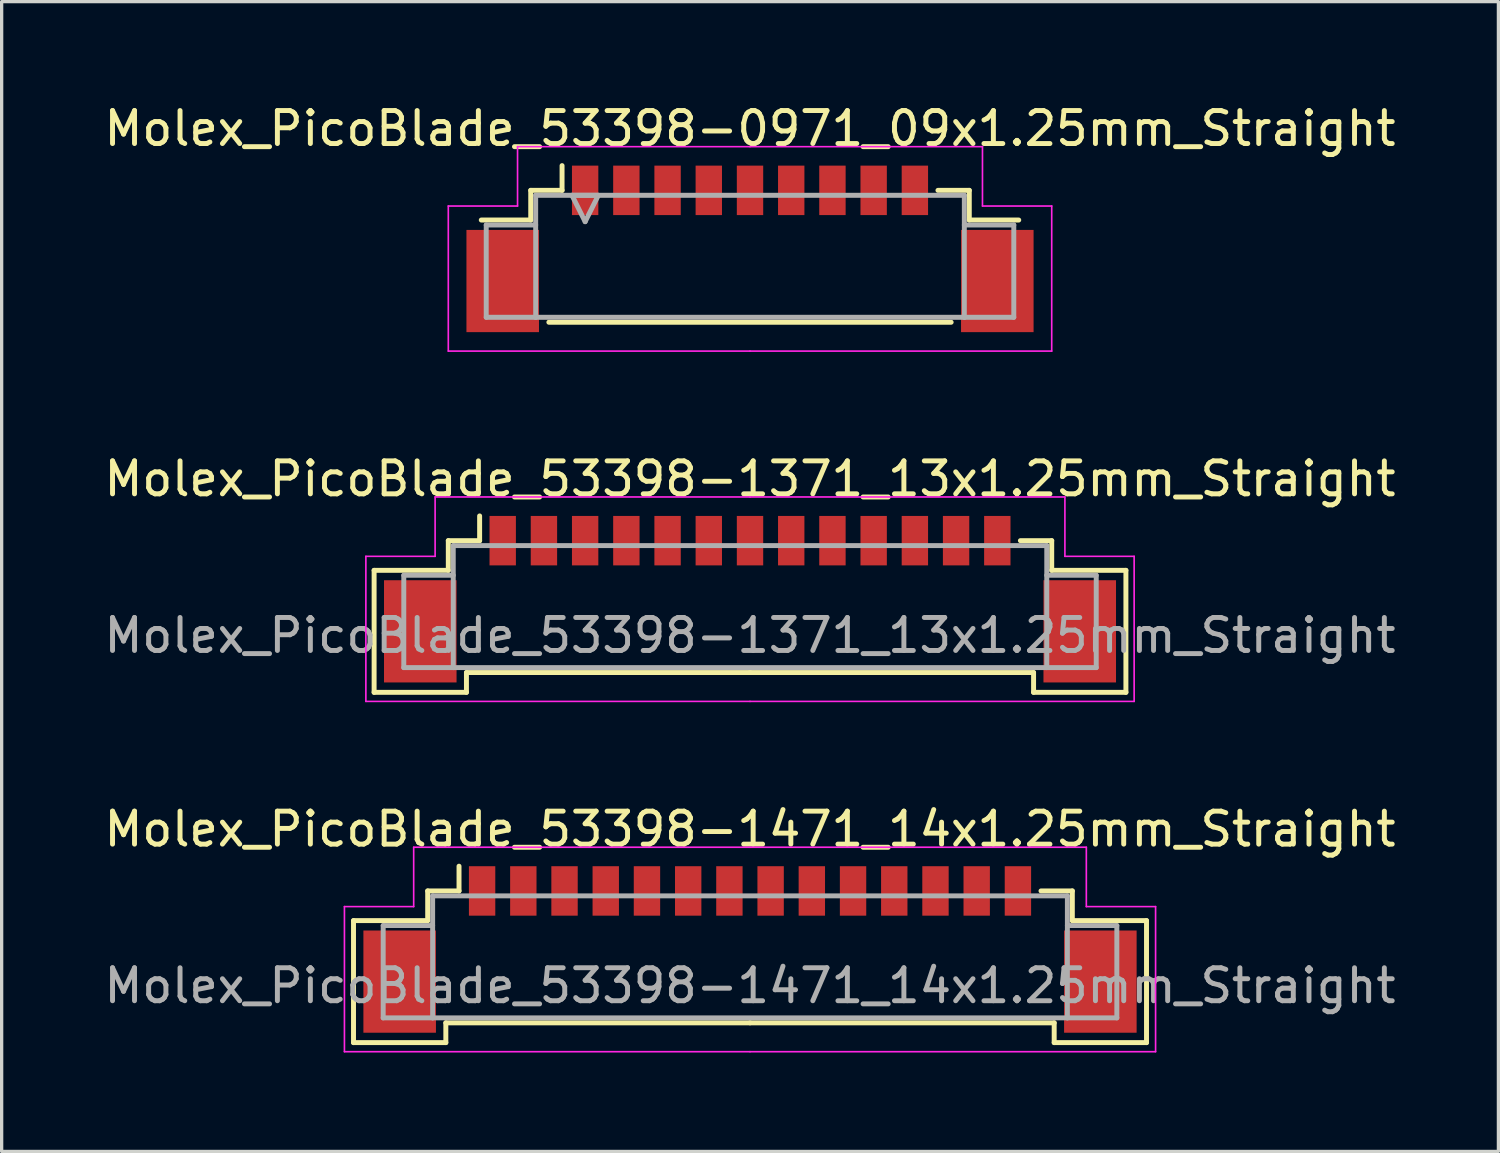
<source format=kicad_pcb>
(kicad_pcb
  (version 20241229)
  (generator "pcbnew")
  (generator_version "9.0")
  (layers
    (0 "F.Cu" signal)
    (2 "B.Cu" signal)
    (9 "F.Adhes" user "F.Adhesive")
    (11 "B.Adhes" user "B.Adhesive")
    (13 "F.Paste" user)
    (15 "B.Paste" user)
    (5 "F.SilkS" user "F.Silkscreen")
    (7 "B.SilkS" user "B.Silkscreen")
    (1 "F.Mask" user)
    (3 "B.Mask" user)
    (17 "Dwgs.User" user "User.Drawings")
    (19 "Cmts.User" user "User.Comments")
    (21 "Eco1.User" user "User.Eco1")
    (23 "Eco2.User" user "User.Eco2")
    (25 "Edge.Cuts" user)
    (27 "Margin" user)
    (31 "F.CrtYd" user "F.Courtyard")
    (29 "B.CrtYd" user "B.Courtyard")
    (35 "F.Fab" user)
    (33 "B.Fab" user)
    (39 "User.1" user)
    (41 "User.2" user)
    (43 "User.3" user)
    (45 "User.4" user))
  (footprint "Molex_PicoBlade_53398-1471_14x1.25mm_Straight"
    (layer "F.Cu")
    (at 19.696 25.345)
    (property "Reference" "Molex_PicoBlade_53398-1471_14x1.25mm_Straight" (at 0 -3.25 0) (layer "F.SilkS") (effects (font (size 1 1) (thickness 0.15))))
    (attr smd)
    (fp_line (start -12.025 -0.475) (end -12.025 3.225) (stroke (width 0.15) (type solid)) (layer "F.SilkS"))
    (fp_line (start -12.025 3.225) (end -9.225 3.225) (stroke (width 0.15) (type solid)) (layer "F.SilkS"))
    (fp_line (start -9.775 -1.375) (end -9.775 -0.475) (stroke (width 0.15) (type solid)) (layer "F.SilkS"))
    (fp_line (start -9.775 -0.475) (end -12.025 -0.475) (stroke (width 0.15) (type solid)) (layer "F.SilkS"))
    (fp_line (start -9.225 2.625) (end 0 2.625) (stroke (width 0.15) (type solid)) (layer "F.SilkS"))
    (fp_line (start -9.225 3.225) (end -9.225 2.625) (stroke (width 0.15) (type solid)) (layer "F.SilkS"))
    (fp_line (start -8.825 -1.375) (end -9.775 -1.375) (stroke (width 0.15) (type solid)) (layer "F.SilkS"))
    (fp_line (start -8.825 -1.375) (end -8.825 -2.125) (stroke (width 0.15) (type solid)) (layer "F.SilkS"))
    (fp_line (start 8.825 -1.375) (end 9.775 -1.375) (stroke (width 0.15) (type solid)) (layer "F.SilkS"))
    (fp_line (start 9.225 2.625) (end 0 2.625) (stroke (width 0.15) (type solid)) (layer "F.SilkS"))
    (fp_line (start 9.225 3.225) (end 9.225 2.625) (stroke (width 0.15) (type solid)) (layer "F.SilkS"))
    (fp_line (start 9.775 -1.375) (end 9.775 -0.475) (stroke (width 0.15) (type solid)) (layer "F.SilkS"))
    (fp_line (start 9.775 -0.475) (end 12.025 -0.475) (stroke (width 0.15) (type solid)) (layer "F.SilkS"))
    (fp_line (start 12.025 -0.475) (end 12.025 3.225) (stroke (width 0.15) (type solid)) (layer "F.SilkS"))
    (fp_line (start 12.025 3.225) (end 9.225 3.225) (stroke (width 0.15) (type solid)) (layer "F.SilkS"))
    (fp_line (start -12.3 -0.9) (end -12.3 3.5) (stroke (width 0.05) (type solid)) (layer "F.CrtYd"))
    (fp_line (start -12.3 3.5) (end 0 3.5) (stroke (width 0.05) (type solid)) (layer "F.CrtYd"))
    (fp_line (start -10.2 -2.7) (end -10.2 -0.9) (stroke (width 0.05) (type solid)) (layer "F.CrtYd"))
    (fp_line (start -10.2 -0.9) (end -12.3 -0.9) (stroke (width 0.05) (type solid)) (layer "F.CrtYd"))
    (fp_line (start 0 -2.7) (end -10.2 -2.7) (stroke (width 0.05) (type solid)) (layer "F.CrtYd"))
    (fp_line (start 0 -2.7) (end 10.2 -2.7) (stroke (width 0.05) (type solid)) (layer "F.CrtYd"))
    (fp_line (start 10.2 -2.7) (end 10.2 -0.9) (stroke (width 0.05) (type solid)) (layer "F.CrtYd"))
    (fp_line (start 10.2 -0.9) (end 12.3 -0.9) (stroke (width 0.05) (type solid)) (layer "F.CrtYd"))
    (fp_line (start 12.3 -0.9) (end 12.3 3.5) (stroke (width 0.05) (type solid)) (layer "F.CrtYd"))
    (fp_line (start 12.3 3.5) (end 0 3.5) (stroke (width 0.05) (type solid)) (layer "F.CrtYd"))
    (fp_line (start -11.125 -0.325) (end -9.625 -0.325) (stroke (width 0.15) (type solid)) (layer "F.Fab"))
    (fp_line (start -11.125 2.475) (end -11.125 -0.325) (stroke (width 0.15) (type solid)) (layer "F.Fab"))
    (fp_line (start -9.625 -1.225) (end -9.625 2.475) (stroke (width 0.15) (type solid)) (layer "F.Fab"))
    (fp_line (start -9.625 2.475) (end -11.125 2.475) (stroke (width 0.15) (type solid)) (layer "F.Fab"))
    (fp_line (start -9.625 2.475) (end 9.625 2.475) (stroke (width 0.15) (type solid)) (layer "F.Fab"))
    (fp_line (start 9.625 -1.225) (end -9.625 -1.225) (stroke (width 0.15) (type solid)) (layer "F.Fab"))
    (fp_line (start 9.625 2.475) (end 9.625 -1.225) (stroke (width 0.15) (type solid)) (layer "F.Fab"))
    (fp_line (start 9.625 2.475) (end 11.125 2.475) (stroke (width 0.15) (type solid)) (layer "F.Fab"))
    (fp_line (start 11.125 -0.325) (end 9.625 -0.325) (stroke (width 0.15) (type solid)) (layer "F.Fab"))
    (fp_line (start 11.125 2.475) (end 11.125 -0.325) (stroke (width 0.15) (type solid)) (layer "F.Fab"))
    (fp_text user "${REFERENCE}" (at 0 1.5 0) (layer "F.Fab") (effects (font (size 1 1) (thickness 0.15))))
    (pad "" smd rect (at -10.625 1.375) (size 2.2 3.1) (layers "F.Cu" "F.Mask" "F.Paste"))
    (pad "" smd rect (at 10.625 1.375) (size 2.2 3.1) (layers "F.Cu" "F.Mask" "F.Paste"))
    (pad "1" smd rect (at -8.125 -1.375) (size 0.8 1.5) (layers "F.Cu" "F.Mask" "F.Paste"))
    (pad "2" smd rect (at -6.875 -1.375) (size 0.8 1.5) (layers "F.Cu" "F.Mask" "F.Paste"))
    (pad "3" smd rect (at -5.625 -1.375) (size 0.8 1.5) (layers "F.Cu" "F.Mask" "F.Paste"))
    (pad "4" smd rect (at -4.375 -1.375) (size 0.8 1.5) (layers "F.Cu" "F.Mask" "F.Paste"))
    (pad "5" smd rect (at -3.125 -1.375) (size 0.8 1.5) (layers "F.Cu" "F.Mask" "F.Paste"))
    (pad "6" smd rect (at -1.875 -1.375) (size 0.8 1.5) (layers "F.Cu" "F.Mask" "F.Paste"))
    (pad "7" smd rect (at -0.625 -1.375) (size 0.8 1.5) (layers "F.Cu" "F.Mask" "F.Paste"))
    (pad "8" smd rect (at 0.625 -1.375) (size 0.8 1.5) (layers "F.Cu" "F.Mask" "F.Paste"))
    (pad "9" smd rect (at 1.875 -1.375) (size 0.8 1.5) (layers "F.Cu" "F.Mask" "F.Paste"))
    (pad "10" smd rect (at 3.125 -1.375) (size 0.8 1.5) (layers "F.Cu" "F.Mask" "F.Paste"))
    (pad "11" smd rect (at 4.375 -1.375) (size 0.8 1.5) (layers "F.Cu" "F.Mask" "F.Paste"))
    (pad "12" smd rect (at 5.625 -1.375) (size 0.8 1.5) (layers "F.Cu" "F.Mask" "F.Paste"))
    (pad "13" smd rect (at 6.875 -1.375) (size 0.8 1.5) (layers "F.Cu" "F.Mask" "F.Paste"))
    (pad "14" smd rect (at 8.125 -1.375) (size 0.8 1.5) (layers "F.Cu" "F.Mask" "F.Paste")))
  (footprint "Molex_PicoBlade_53398-0971_09x1.25mm_Straight"
    (layer "F.Cu")
    (at 19.696 4.098)
    (property "Reference" "Molex_PicoBlade_53398-0971_09x1.25mm_Straight" (at 0 -3.25 0) (layer "F.SilkS") (effects (font (size 1 1) (thickness 0.15))))
    (attr smd)
    (fp_line (start -6.65 -1.375) (end -6.65 -0.475) (stroke (width 0.15) (type solid)) (layer "F.SilkS"))
    (fp_line (start -6.65 -0.475) (end -8.15 -0.475) (stroke (width 0.15) (type solid)) (layer "F.SilkS"))
    (fp_line (start -6.1 2.625) (end 6.1 2.625) (stroke (width 0.15) (type solid)) (layer "F.SilkS"))
    (fp_line (start -5.7 -1.375) (end -6.65 -1.375) (stroke (width 0.15) (type solid)) (layer "F.SilkS"))
    (fp_line (start -5.7 -1.375) (end -5.7 -2.125) (stroke (width 0.15) (type solid)) (layer "F.SilkS"))
    (fp_line (start 5.7 -1.375) (end 6.65 -1.375) (stroke (width 0.15) (type solid)) (layer "F.SilkS"))
    (fp_line (start 6.65 -1.375) (end 6.65 -0.475) (stroke (width 0.15) (type solid)) (layer "F.SilkS"))
    (fp_line (start 6.65 -0.475) (end 8.15 -0.475) (stroke (width 0.15) (type solid)) (layer "F.SilkS"))
    (fp_line (start -9.15 -0.9) (end -9.15 3.5) (stroke (width 0.05) (type solid)) (layer "F.CrtYd"))
    (fp_line (start -9.15 3.5) (end 0 3.5) (stroke (width 0.05) (type solid)) (layer "F.CrtYd"))
    (fp_line (start -7.05 -2.7) (end -7.05 -0.9) (stroke (width 0.05) (type solid)) (layer "F.CrtYd"))
    (fp_line (start -7.05 -0.9) (end -9.15 -0.9) (stroke (width 0.05) (type solid)) (layer "F.CrtYd"))
    (fp_line (start 0 -2.7) (end -7.05 -2.7) (stroke (width 0.05) (type solid)) (layer "F.CrtYd"))
    (fp_line (start 0 -2.7) (end 7.05 -2.7) (stroke (width 0.05) (type solid)) (layer "F.CrtYd"))
    (fp_line (start 7.05 -2.7) (end 7.05 -0.9) (stroke (width 0.05) (type solid)) (layer "F.CrtYd"))
    (fp_line (start 7.05 -0.9) (end 9.15 -0.9) (stroke (width 0.05) (type solid)) (layer "F.CrtYd"))
    (fp_line (start 9.15 -0.9) (end 9.15 3.5) (stroke (width 0.05) (type solid)) (layer "F.CrtYd"))
    (fp_line (start 9.15 3.5) (end 0 3.5) (stroke (width 0.05) (type solid)) (layer "F.CrtYd"))
    (fp_line (start -8 -0.325) (end -6.5 -0.325) (stroke (width 0.15) (type solid)) (layer "F.Fab"))
    (fp_line (start -8 2.475) (end -8 -0.325) (stroke (width 0.15) (type solid)) (layer "F.Fab"))
    (fp_line (start -6.5 -1.225) (end -6.5 2.475) (stroke (width 0.15) (type solid)) (layer "F.Fab"))
    (fp_line (start -6.5 2.475) (end -8 2.475) (stroke (width 0.15) (type solid)) (layer "F.Fab"))
    (fp_line (start -6.5 2.475) (end 6.5 2.475) (stroke (width 0.15) (type solid)) (layer "F.Fab"))
    (fp_line (start -5.4 -1.225) (end -5 -0.425) (stroke (width 0.15) (type solid)) (layer "F.Fab"))
    (fp_line (start -5 -0.425) (end -4.6 -1.225) (stroke (width 0.15) (type solid)) (layer "F.Fab"))
    (fp_line (start -4.6 -1.225) (end -5.4 -1.225) (stroke (width 0.15) (type solid)) (layer "F.Fab"))
    (fp_line (start 6.5 -1.225) (end -6.5 -1.225) (stroke (width 0.15) (type solid)) (layer "F.Fab"))
    (fp_line (start 6.5 2.475) (end 6.5 -1.225) (stroke (width 0.15) (type solid)) (layer "F.Fab"))
    (fp_line (start 6.5 2.475) (end 8 2.475) (stroke (width 0.15) (type solid)) (layer "F.Fab"))
    (fp_line (start 8 -0.325) (end 6.5 -0.325) (stroke (width 0.15) (type solid)) (layer "F.Fab"))
    (fp_line (start 8 2.475) (end 8 -0.325) (stroke (width 0.15) (type solid)) (layer "F.Fab"))
    (pad "" smd rect (at -7.5 1.375) (size 2.2 3.1) (layers "F.Cu" "F.Mask" "F.Paste"))
    (pad "" smd rect (at 7.5 1.375) (size 2.2 3.1) (layers "F.Cu" "F.Mask" "F.Paste"))
    (pad "1" smd rect (at -5 -1.375) (size 0.8 1.5) (layers "F.Cu" "F.Mask" "F.Paste"))
    (pad "2" smd rect (at -3.75 -1.375) (size 0.8 1.5) (layers "F.Cu" "F.Mask" "F.Paste"))
    (pad "3" smd rect (at -2.5 -1.375) (size 0.8 1.5) (layers "F.Cu" "F.Mask" "F.Paste"))
    (pad "4" smd rect (at -1.25 -1.375) (size 0.8 1.5) (layers "F.Cu" "F.Mask" "F.Paste"))
    (pad "5" smd rect (at 0 -1.375) (size 0.8 1.5) (layers "F.Cu" "F.Mask" "F.Paste"))
    (pad "6" smd rect (at 1.25 -1.375) (size 0.8 1.5) (layers "F.Cu" "F.Mask" "F.Paste"))
    (pad "7" smd rect (at 2.5 -1.375) (size 0.8 1.5) (layers "F.Cu" "F.Mask" "F.Paste"))
    (pad "8" smd rect (at 3.75 -1.375) (size 0.8 1.5) (layers "F.Cu" "F.Mask" "F.Paste"))
    (pad "9" smd rect (at 5 -1.375) (size 0.8 1.5) (layers "F.Cu" "F.Mask" "F.Paste")))
  (footprint "Molex_PicoBlade_53398-1371_13x1.25mm_Straight"
    (layer "F.Cu")
    (at 19.696 14.722)
    (property "Reference" "Molex_PicoBlade_53398-1371_13x1.25mm_Straight" (at 0 -3.25 0) (layer "F.SilkS") (effects (font (size 1 1) (thickness 0.15))))
    (attr smd)
    (fp_line (start -11.4 -0.475) (end -11.4 3.225) (stroke (width 0.15) (type solid)) (layer "F.SilkS"))
    (fp_line (start -11.4 3.225) (end -8.6 3.225) (stroke (width 0.15) (type solid)) (layer "F.SilkS"))
    (fp_line (start -9.15 -1.375) (end -9.15 -0.475) (stroke (width 0.15) (type solid)) (layer "F.SilkS"))
    (fp_line (start -9.15 -0.475) (end -11.4 -0.475) (stroke (width 0.15) (type solid)) (layer "F.SilkS"))
    (fp_line (start -8.6 2.625) (end 0 2.625) (stroke (width 0.15) (type solid)) (layer "F.SilkS"))
    (fp_line (start -8.6 3.225) (end -8.6 2.625) (stroke (width 0.15) (type solid)) (layer "F.SilkS"))
    (fp_line (start -8.2 -1.375) (end -9.15 -1.375) (stroke (width 0.15) (type solid)) (layer "F.SilkS"))
    (fp_line (start -8.2 -1.375) (end -8.2 -2.125) (stroke (width 0.15) (type solid)) (layer "F.SilkS"))
    (fp_line (start 8.2 -1.375) (end 9.15 -1.375) (stroke (width 0.15) (type solid)) (layer "F.SilkS"))
    (fp_line (start 8.6 2.625) (end 0 2.625) (stroke (width 0.15) (type solid)) (layer "F.SilkS"))
    (fp_line (start 8.6 3.225) (end 8.6 2.625) (stroke (width 0.15) (type solid)) (layer "F.SilkS"))
    (fp_line (start 9.15 -1.375) (end 9.15 -0.475) (stroke (width 0.15) (type solid)) (layer "F.SilkS"))
    (fp_line (start 9.15 -0.475) (end 11.4 -0.475) (stroke (width 0.15) (type solid)) (layer "F.SilkS"))
    (fp_line (start 11.4 -0.475) (end 11.4 3.225) (stroke (width 0.15) (type solid)) (layer "F.SilkS"))
    (fp_line (start 11.4 3.225) (end 8.6 3.225) (stroke (width 0.15) (type solid)) (layer "F.SilkS"))
    (fp_line (start -11.65 -0.9) (end -11.65 3.5) (stroke (width 0.05) (type solid)) (layer "F.CrtYd"))
    (fp_line (start -11.65 3.5) (end 0 3.5) (stroke (width 0.05) (type solid)) (layer "F.CrtYd"))
    (fp_line (start -9.55 -2.7) (end -9.55 -0.9) (stroke (width 0.05) (type solid)) (layer "F.CrtYd"))
    (fp_line (start -9.55 -0.9) (end -11.65 -0.9) (stroke (width 0.05) (type solid)) (layer "F.CrtYd"))
    (fp_line (start 0 -2.7) (end -9.55 -2.7) (stroke (width 0.05) (type solid)) (layer "F.CrtYd"))
    (fp_line (start 0 -2.7) (end 9.55 -2.7) (stroke (width 0.05) (type solid)) (layer "F.CrtYd"))
    (fp_line (start 9.55 -2.7) (end 9.55 -0.9) (stroke (width 0.05) (type solid)) (layer "F.CrtYd"))
    (fp_line (start 9.55 -0.9) (end 11.65 -0.9) (stroke (width 0.05) (type solid)) (layer "F.CrtYd"))
    (fp_line (start 11.65 -0.9) (end 11.65 3.5) (stroke (width 0.05) (type solid)) (layer "F.CrtYd"))
    (fp_line (start 11.65 3.5) (end 0 3.5) (stroke (width 0.05) (type solid)) (layer "F.CrtYd"))
    (fp_line (start -10.5 -0.325) (end -9 -0.325) (stroke (width 0.15) (type solid)) (layer "F.Fab"))
    (fp_line (start -10.5 2.475) (end -10.5 -0.325) (stroke (width 0.15) (type solid)) (layer "F.Fab"))
    (fp_line (start -9 -1.225) (end -9 2.475) (stroke (width 0.15) (type solid)) (layer "F.Fab"))
    (fp_line (start -9 2.475) (end -10.5 2.475) (stroke (width 0.15) (type solid)) (layer "F.Fab"))
    (fp_line (start -9 2.475) (end 9 2.475) (stroke (width 0.15) (type solid)) (layer "F.Fab"))
    (fp_line (start 9 -1.225) (end -9 -1.225) (stroke (width 0.15) (type solid)) (layer "F.Fab"))
    (fp_line (start 9 2.475) (end 9 -1.225) (stroke (width 0.15) (type solid)) (layer "F.Fab"))
    (fp_line (start 9 2.475) (end 10.5 2.475) (stroke (width 0.15) (type solid)) (layer "F.Fab"))
    (fp_line (start 10.5 -0.325) (end 9 -0.325) (stroke (width 0.15) (type solid)) (layer "F.Fab"))
    (fp_line (start 10.5 2.475) (end 10.5 -0.325) (stroke (width 0.15) (type solid)) (layer "F.Fab"))
    (fp_text user "${REFERENCE}" (at 0 1.5 0) (layer "F.Fab") (effects (font (size 1 1) (thickness 0.15))))
    (pad "" smd rect (at -10 1.375) (size 2.2 3.1) (layers "F.Cu" "F.Mask" "F.Paste"))
    (pad "" smd rect (at 10 1.375) (size 2.2 3.1) (layers "F.Cu" "F.Mask" "F.Paste"))
    (pad "1" smd rect (at -7.5 -1.375) (size 0.8 1.5) (layers "F.Cu" "F.Mask" "F.Paste"))
    (pad "2" smd rect (at -6.25 -1.375) (size 0.8 1.5) (layers "F.Cu" "F.Mask" "F.Paste"))
    (pad "3" smd rect (at -5 -1.375) (size 0.8 1.5) (layers "F.Cu" "F.Mask" "F.Paste"))
    (pad "4" smd rect (at -3.75 -1.375) (size 0.8 1.5) (layers "F.Cu" "F.Mask" "F.Paste"))
    (pad "5" smd rect (at -2.5 -1.375) (size 0.8 1.5) (layers "F.Cu" "F.Mask" "F.Paste"))
    (pad "6" smd rect (at -1.25 -1.375) (size 0.8 1.5) (layers "F.Cu" "F.Mask" "F.Paste"))
    (pad "7" smd rect (at 0 -1.375) (size 0.8 1.5) (layers "F.Cu" "F.Mask" "F.Paste"))
    (pad "8" smd rect (at 1.25 -1.375) (size 0.8 1.5) (layers "F.Cu" "F.Mask" "F.Paste"))
    (pad "9" smd rect (at 2.5 -1.375) (size 0.8 1.5) (layers "F.Cu" "F.Mask" "F.Paste"))
    (pad "10" smd rect (at 3.75 -1.375) (size 0.8 1.5) (layers "F.Cu" "F.Mask" "F.Paste"))
    (pad "11" smd rect (at 5 -1.375) (size 0.8 1.5) (layers "F.Cu" "F.Mask" "F.Paste"))
    (pad "12" smd rect (at 6.25 -1.375) (size 0.8 1.5) (layers "F.Cu" "F.Mask" "F.Paste"))
    (pad "13" smd rect (at 7.5 -1.375) (size 0.8 1.5) (layers "F.Cu" "F.Mask" "F.Paste")))
  (gr_rect
    (start -3 -3)
    (end 42.393 31.87)
    (stroke (width 0.1) (type default))
    (fill no)
    (layer "Edge.Cuts")))
</source>
